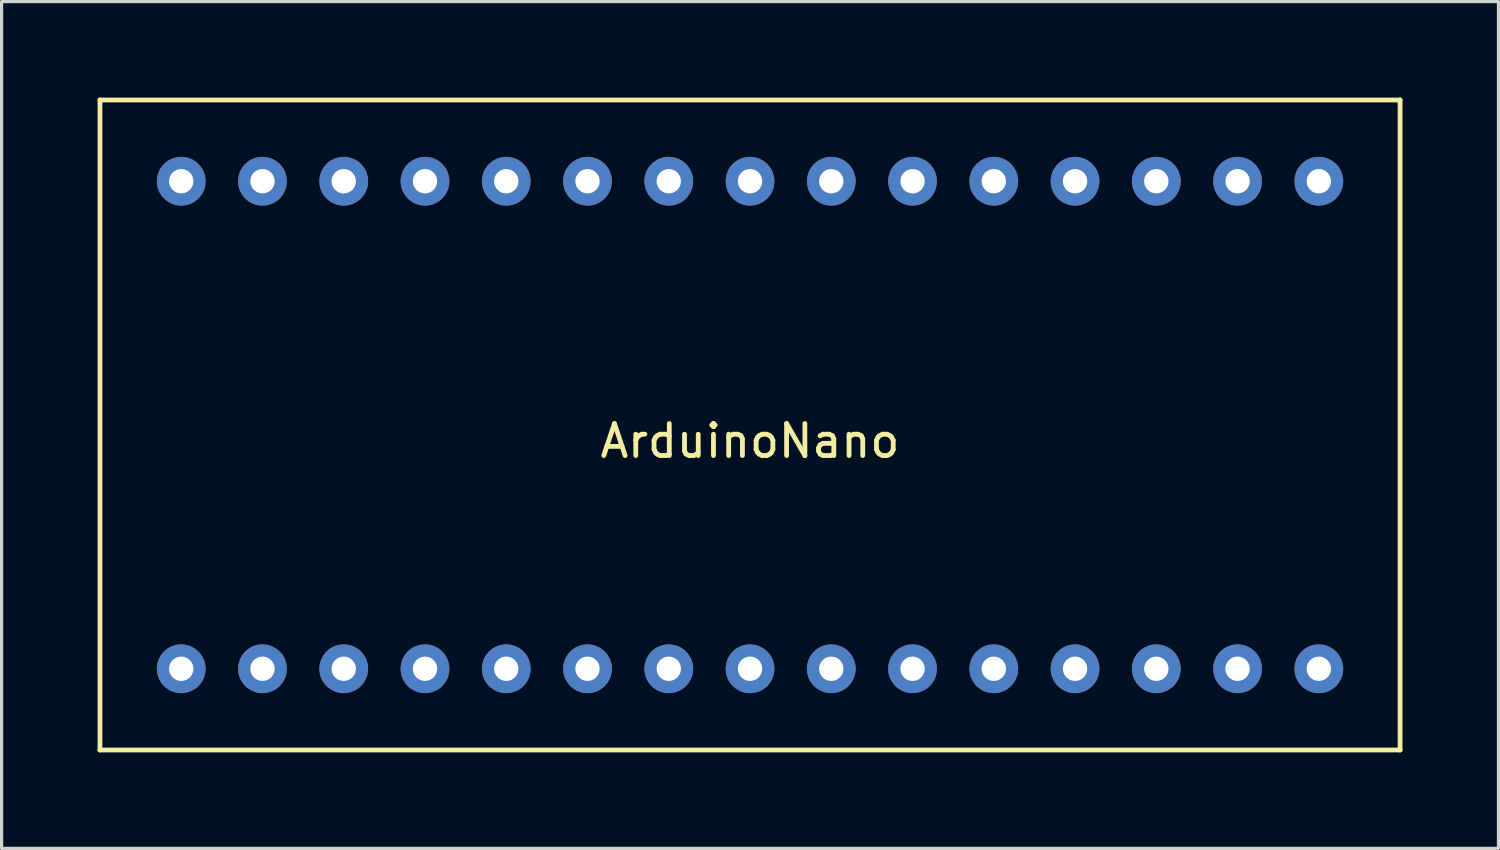
<source format=kicad_pcb>
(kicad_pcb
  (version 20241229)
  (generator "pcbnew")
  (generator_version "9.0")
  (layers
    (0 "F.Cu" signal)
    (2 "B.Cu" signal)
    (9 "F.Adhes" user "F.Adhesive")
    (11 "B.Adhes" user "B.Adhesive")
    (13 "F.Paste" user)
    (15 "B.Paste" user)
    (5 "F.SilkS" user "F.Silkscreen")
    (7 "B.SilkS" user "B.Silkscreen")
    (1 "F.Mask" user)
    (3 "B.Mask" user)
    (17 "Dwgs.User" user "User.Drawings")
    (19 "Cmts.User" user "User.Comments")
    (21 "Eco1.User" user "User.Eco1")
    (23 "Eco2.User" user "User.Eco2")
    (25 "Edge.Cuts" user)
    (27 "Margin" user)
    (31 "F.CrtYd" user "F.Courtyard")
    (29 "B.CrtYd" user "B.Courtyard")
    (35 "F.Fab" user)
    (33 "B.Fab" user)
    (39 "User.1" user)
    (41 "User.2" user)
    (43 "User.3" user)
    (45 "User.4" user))
  (footprint "ArduinoNano"
    (layer "F.Cu")
    (at 20.395 10.235)
    (property "Reference" "ArduinoNano" (at 0 0.5 0) (layer "F.SilkS") (effects (font (size 1 1) (thickness 0.15))))
    (attr through_hole)
    (fp_line (start -20.32 -10.16) (end -20.32 10.16) (stroke (width 0.15) (type solid)) (layer "F.SilkS"))
    (fp_line (start -20.32 10.16) (end 20.32 10.16) (stroke (width 0.15) (type solid)) (layer "F.SilkS"))
    (fp_line (start 20.32 -10.16) (end -20.32 -10.16) (stroke (width 0.15) (type solid)) (layer "F.SilkS"))
    (fp_line (start 20.32 10.16) (end 20.32 -10.16) (stroke (width 0.15) (type solid)) (layer "F.SilkS"))
    (pad "3V3" thru_hole circle (at 15.24 -7.62) (size 1.524 1.524) (drill 0.762) (layers "*.Cu" "*.Mask"))
    (pad "5V" thru_hole circle (at -10.16 -7.62) (size 1.524 1.524) (drill 0.762) (layers "*.Cu" "*.Mask"))
    (pad "A0" thru_hole circle (at 10.16 -7.62) (size 1.524 1.524) (drill 0.762) (layers "*.Cu" "*.Mask"))
    (pad "A1" thru_hole circle (at 7.62 -7.62) (size 1.524 1.524) (drill 0.762) (layers "*.Cu" "*.Mask"))
    (pad "A2" thru_hole circle (at 5.08 -7.62) (size 1.524 1.524) (drill 0.762) (layers "*.Cu" "*.Mask"))
    (pad "A3" thru_hole circle (at 2.54 -7.62) (size 1.524 1.524) (drill 0.762) (layers "*.Cu" "*.Mask"))
    (pad "A4" thru_hole circle (at 0 -7.62) (size 1.524 1.524) (drill 0.762) (layers "*.Cu" "*.Mask"))
    (pad "A5" thru_hole circle (at -2.54 -7.62) (size 1.524 1.524) (drill 0.762) (layers "*.Cu" "*.Mask"))
    (pad "A6" thru_hole circle (at -5.08 -7.62) (size 1.524 1.524) (drill 0.762) (layers "*.Cu" "*.Mask"))
    (pad "A7" thru_hole circle (at -7.62 -7.62) (size 1.524 1.524) (drill 0.762) (layers "*.Cu" "*.Mask"))
    (pad "D2" thru_hole circle (at -7.62 7.62) (size 1.524 1.524) (drill 0.762) (layers "*.Cu" "*.Mask"))
    (pad "D3" thru_hole circle (at -5.08 7.62) (size 1.524 1.524) (drill 0.762) (layers "*.Cu" "*.Mask"))
    (pad "D4" thru_hole circle (at -2.54 7.62) (size 1.524 1.524) (drill 0.762) (layers "*.Cu" "*.Mask"))
    (pad "D5" thru_hole circle (at 0 7.62) (size 1.524 1.524) (drill 0.762) (layers "*.Cu" "*.Mask"))
    (pad "D6" thru_hole circle (at 2.54 7.62) (size 1.524 1.524) (drill 0.762) (layers "*.Cu" "*.Mask"))
    (pad "D7" thru_hole circle (at 5.08 7.62) (size 1.524 1.524) (drill 0.762) (layers "*.Cu" "*.Mask"))
    (pad "D8" thru_hole circle (at 7.62 7.62) (size 1.524 1.524) (drill 0.762) (layers "*.Cu" "*.Mask"))
    (pad "D9" thru_hole circle (at 10.16 7.62) (size 1.524 1.524) (drill 0.762) (layers "*.Cu" "*.Mask"))
    (pad "D10" thru_hole circle (at 12.7 7.62) (size 1.524 1.524) (drill 0.762) (layers "*.Cu" "*.Mask"))
    (pad "D11" thru_hole circle (at 15.24 7.62) (size 1.524 1.524) (drill 0.762) (layers "*.Cu" "*.Mask"))
    (pad "D12" thru_hole circle (at 17.78 7.62) (size 1.524 1.524) (drill 0.762) (layers "*.Cu" "*.Mask"))
    (pad "D13" thru_hole circle (at 17.78 -7.62) (size 1.524 1.524) (drill 0.762) (layers "*.Cu" "*.Mask"))
    (pad "GND" thru_hole circle (at -15.24 -7.62) (size 1.524 1.524) (drill 0.762) (layers "*.Cu" "*.Mask"))
    (pad "GND" thru_hole circle (at -10.16 7.62) (size 1.524 1.524) (drill 0.762) (layers "*.Cu" "*.Mask"))
    (pad "REF" thru_hole circle (at 12.7 -7.62) (size 1.524 1.524) (drill 0.762) (layers "*.Cu" "*.Mask"))
    (pad "RST" thru_hole circle (at -12.7 -7.62) (size 1.524 1.524) (drill 0.762) (layers "*.Cu" "*.Mask"))
    (pad "RST" thru_hole circle (at -12.7 7.62) (size 1.524 1.524) (drill 0.762) (layers "*.Cu" "*.Mask"))
    (pad "RX0" thru_hole circle (at -15.24 7.62) (size 1.524 1.524) (drill 0.762) (layers "*.Cu" "*.Mask"))
    (pad "TX1" thru_hole circle (at -17.78 7.62) (size 1.524 1.524) (drill 0.762) (layers "*.Cu" "*.Mask"))
    (pad "VIN" thru_hole circle (at -17.78 -7.62) (size 1.524 1.524) (drill 0.762) (layers "*.Cu" "*.Mask")))
  (gr_rect
    (start -3 -3)
    (end 43.79 23.47)
    (stroke (width 0.1) (type default))
    (fill no)
    (layer "Edge.Cuts")))
</source>
